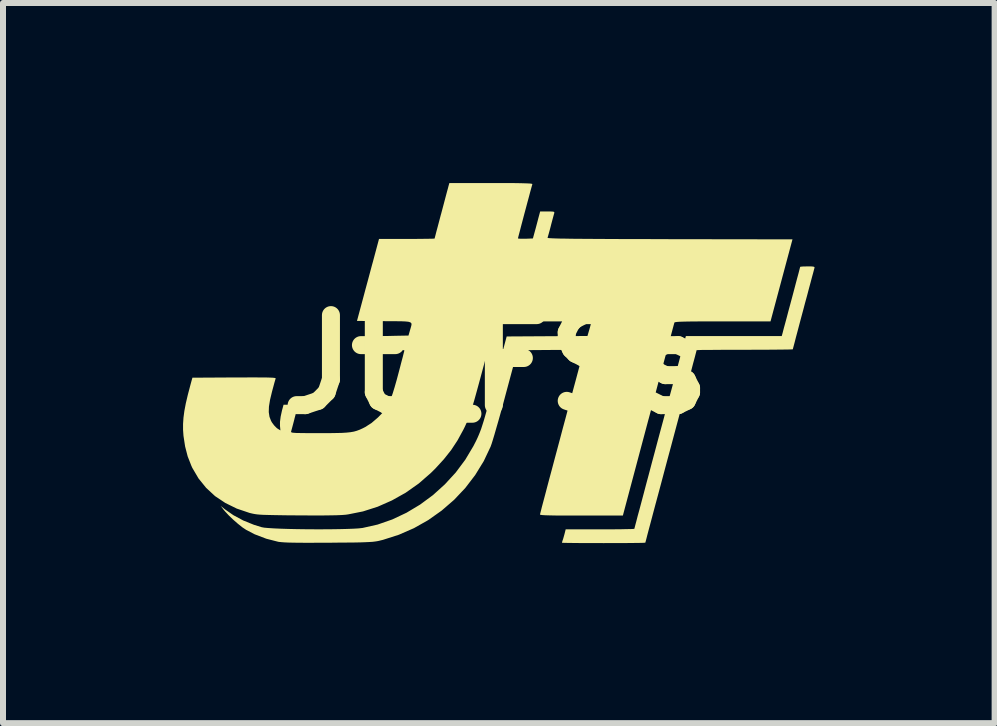
<source format=kicad_pcb>
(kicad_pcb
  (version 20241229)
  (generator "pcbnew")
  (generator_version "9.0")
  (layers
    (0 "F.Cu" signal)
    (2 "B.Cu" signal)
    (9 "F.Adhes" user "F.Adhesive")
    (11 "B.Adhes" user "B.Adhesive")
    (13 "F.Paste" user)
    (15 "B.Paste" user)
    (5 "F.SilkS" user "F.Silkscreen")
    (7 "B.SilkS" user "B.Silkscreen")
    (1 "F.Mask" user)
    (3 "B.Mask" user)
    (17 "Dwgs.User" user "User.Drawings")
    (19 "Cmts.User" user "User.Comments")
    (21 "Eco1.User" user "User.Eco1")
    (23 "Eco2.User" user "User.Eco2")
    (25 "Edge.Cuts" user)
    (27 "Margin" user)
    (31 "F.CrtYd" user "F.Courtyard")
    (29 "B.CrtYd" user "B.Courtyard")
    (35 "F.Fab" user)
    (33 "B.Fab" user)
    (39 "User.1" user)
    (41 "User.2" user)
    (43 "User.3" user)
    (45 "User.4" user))
  (footprint "Jt_FSs"
    (layer "F.Cu")
    (at 5.214 3.022)
    (property "Reference" "Jt_FSs" (at 0 0 0) (layer "F.SilkS") (effects (font (size 1.5 1.5) (thickness 0.3))))
    (attr board_only exclude_from_pos_files exclude_from_bom)
    (fp_poly (pts (xy 5.252 -1.633) (xy 5.288 -1.63) (xy 5.305 -1.623) (xy 5.308 -1.612) (xy 5.306 -1.607) (xy 5.298 -1.577) (xy 5.284 -1.524) (xy 5.264 -1.451) (xy 5.24 -1.36) (xy 5.212 -1.256) (xy 5.182 -1.142) (xy 5.149 -1.022) (xy 5.117 -0.9) (xy 5.084 -0.778) (xy 5.053 -0.661) (xy 5.024 -0.551) (xy 4.998 -0.454) (xy 4.977 -0.372) (xy 4.96 -0.308) (xy 4.949 -0.267) (xy 4.946 -0.252) (xy 4.931 -0.251) (xy 4.888 -0.249) (xy 4.821 -0.248) (xy 4.732 -0.247) (xy 4.623 -0.246) (xy 4.498 -0.245) (xy 4.359 -0.245) (xy 4.209 -0.244) (xy 4.144 -0.244) (xy 3.991 -0.244) (xy 3.847 -0.244) (xy 3.716 -0.243) (xy 3.6 -0.242) (xy 3.503 -0.242) (xy 3.426 -0.241) (xy 3.372 -0.239) (xy 3.346 -0.238) (xy 3.343 -0.238) (xy 3.339 -0.222) (xy 3.328 -0.18) (xy 3.31 -0.111) (xy 3.285 -0.019) (xy 3.255 0.096) (xy 3.219 0.23) (xy 3.178 0.382) (xy 3.134 0.55) (xy 3.085 0.733) (xy 3.033 0.928) (xy 2.978 1.133) (xy 2.921 1.347) (xy 2.916 1.366) (xy 2.858 1.581) (xy 2.803 1.787) (xy 2.751 1.983) (xy 2.702 2.166) (xy 2.656 2.336) (xy 2.615 2.49) (xy 2.579 2.626) (xy 2.548 2.742) (xy 2.523 2.836) (xy 2.505 2.907) (xy 2.493 2.952) (xy 2.488 2.97) (xy 2.488 2.97) (xy 2.473 2.971) (xy 2.431 2.973) (xy 2.364 2.974) (xy 2.276 2.975) (xy 2.17 2.976) (xy 2.048 2.976) (xy 1.913 2.976) (xy 1.794 2.977) (xy 1.651 2.976) (xy 1.519 2.976) (xy 1.399 2.976) (xy 1.295 2.975) (xy 1.21 2.974) (xy 1.147 2.973) (xy 1.109 2.972) (xy 1.099 2.971) (xy 1.103 2.954) (xy 1.113 2.922) (xy 1.114 2.922) (xy 1.127 2.878) (xy 1.142 2.824) (xy 1.145 2.812) (xy 1.161 2.748) (xy 1.733 2.748) (xy 1.862 2.747) (xy 1.98 2.747) (xy 2.086 2.746) (xy 2.174 2.744) (xy 2.242 2.743) (xy 2.287 2.741) (xy 2.305 2.739) (xy 2.305 2.739) (xy 2.309 2.724) (xy 2.32 2.681) (xy 2.338 2.614) (xy 2.361 2.524) (xy 2.391 2.415) (xy 2.425 2.287) (xy 2.463 2.144) (xy 2.504 1.988) (xy 2.549 1.821) (xy 2.595 1.646) (xy 2.644 1.464) (xy 2.693 1.279) (xy 2.743 1.093) (xy 2.793 0.908) (xy 2.841 0.726) (xy 2.888 0.549) (xy 2.934 0.381) (xy 2.976 0.223) (xy 3.015 0.077) (xy 3.05 -0.053) (xy 3.08 -0.166) (xy 3.105 -0.259) (xy 3.124 -0.33) (xy 3.137 -0.377) (xy 3.139 -0.385) (xy 3.164 -0.473) (xy 3.963 -0.473) (xy 4.761 -0.473) (xy 4.777 -0.53) (xy 4.784 -0.558) (xy 4.798 -0.612) (xy 4.819 -0.688) (xy 4.844 -0.781) (xy 4.872 -0.888) (xy 4.904 -1.006) (xy 4.93 -1.103) (xy 4.962 -1.223) (xy 4.991 -1.334) (xy 5.017 -1.432) (xy 5.039 -1.513) (xy 5.055 -1.575) (xy 5.065 -1.614) (xy 5.068 -1.626) (xy 5.082 -1.629) (xy 5.119 -1.632) (xy 5.173 -1.633) (xy 5.191 -1.633)) (stroke (width 0) (type solid)) (fill yes) (layer "F.SilkS"))
    (fp_poly (pts (xy 0.088 -3.022) (xy 0.229 -3.022) (xy 0.343 -3.021) (xy 0.434 -3.019) (xy 0.503 -3.017) (xy 0.553 -3.015) (xy 0.585 -3.012) (xy 0.602 -3.008) (xy 0.606 -3.003) (xy 0.606 -3.003) (xy 0.6 -2.983) (xy 0.588 -2.939) (xy 0.57 -2.874) (xy 0.549 -2.794) (xy 0.524 -2.702) (xy 0.498 -2.604) (xy 0.471 -2.504) (xy 0.445 -2.405) (xy 0.421 -2.314) (xy 0.4 -2.233) (xy 0.383 -2.168) (xy 0.371 -2.122) (xy 0.366 -2.101) (xy 0.366 -2.1) (xy 0.38 -2.096) (xy 0.418 -2.094) (xy 0.471 -2.094) (xy 0.491 -2.094) (xy 0.615 -2.099) (xy 0.642 -2.198) (xy 0.66 -2.263) (xy 0.681 -2.342) (xy 0.701 -2.418) (xy 0.702 -2.423) (xy 0.736 -2.549) (xy 0.858 -2.549) (xy 0.918 -2.548) (xy 0.954 -2.546) (xy 0.97 -2.539) (xy 0.972 -2.528) (xy 0.971 -2.522) (xy 0.964 -2.498) (xy 0.951 -2.45) (xy 0.934 -2.387) (xy 0.915 -2.315) (xy 0.915 -2.313) (xy 0.896 -2.241) (xy 0.879 -2.179) (xy 0.866 -2.134) (xy 0.859 -2.111) (xy 0.859 -2.111) (xy 0.863 -2.108) (xy 0.877 -2.105) (xy 0.903 -2.103) (xy 0.943 -2.101) (xy 0.997 -2.099) (xy 1.067 -2.097) (xy 1.155 -2.096) (xy 1.261 -2.094) (xy 1.387 -2.093) (xy 1.534 -2.092) (xy 1.705 -2.091) (xy 1.899 -2.09) (xy 2.118 -2.089) (xy 2.365 -2.089) (xy 2.639 -2.088) (xy 2.896 -2.087) (xy 4.94 -2.084) (xy 4.757 -1.401) (xy 4.574 -0.717) (xy 3.777 -0.717) (xy 3.593 -0.717) (xy 3.437 -0.717) (xy 3.308 -0.716) (xy 3.203 -0.715) (xy 3.12 -0.713) (xy 3.058 -0.711) (xy 3.015 -0.708) (xy 2.988 -0.704) (xy 2.975 -0.7) (xy 2.973 -0.698) (xy 2.968 -0.681) (xy 2.956 -0.637) (xy 2.937 -0.566) (xy 2.912 -0.472) (xy 2.881 -0.357) (xy 2.845 -0.221) (xy 2.804 -0.068) (xy 2.758 0.102) (xy 2.709 0.286) (xy 2.657 0.482) (xy 2.602 0.688) (xy 2.545 0.902) (xy 2.54 0.919) (xy 2.114 2.518) (xy 1.423 2.518) (xy 1.249 2.518) (xy 1.104 2.518) (xy 0.985 2.517) (xy 0.891 2.515) (xy 0.821 2.513) (xy 0.773 2.51) (xy 0.744 2.506) (xy 0.733 2.502) (xy 0.733 2.501) (xy 0.737 2.484) (xy 0.748 2.441) (xy 0.765 2.373) (xy 0.789 2.283) (xy 0.818 2.174) (xy 0.851 2.048) (xy 0.888 1.908) (xy 0.929 1.756) (xy 0.972 1.594) (xy 1.017 1.426) (xy 1.063 1.254) (xy 1.109 1.08) (xy 1.156 0.906) (xy 1.201 0.737) (xy 1.245 0.573) (xy 1.287 0.417) (xy 1.326 0.273) (xy 1.361 0.142) (xy 1.392 0.026) (xy 1.418 -0.07) (xy 1.439 -0.146) (xy 1.453 -0.198) (xy 1.461 -0.223) (xy 1.461 -0.225) (xy 1.458 -0.231) (xy 1.441 -0.235) (xy 1.408 -0.238) (xy 1.357 -0.24) (xy 1.286 -0.241) (xy 1.191 -0.242) (xy 1.071 -0.242) (xy 0.923 -0.241) (xy 0.914 -0.241) (xy 0.359 -0.237) (xy 0.16 0.504) (xy 0.12 0.654) (xy 0.08 0.798) (xy 0.042 0.934) (xy 0.006 1.058) (xy -0.025 1.166) (xy -0.052 1.256) (xy -0.073 1.323) (xy -0.088 1.364) (xy -0.088 1.366) (xy -0.204 1.611) (xy -0.346 1.842) (xy -0.511 2.058) (xy -0.698 2.256) (xy -0.905 2.435) (xy -1.128 2.593) (xy -1.367 2.728) (xy -1.619 2.838) (xy -1.881 2.922) (xy -1.954 2.94) (xy -1.985 2.946) (xy -2.02 2.951) (xy -2.062 2.956) (xy -2.114 2.959) (xy -2.179 2.962) (xy -2.261 2.965) (xy -2.361 2.967) (xy -2.483 2.968) (xy -2.63 2.969) (xy -2.793 2.971) (xy -2.977 2.971) (xy -3.132 2.972) (xy -3.262 2.971) (xy -3.368 2.97) (xy -3.455 2.968) (xy -3.523 2.965) (xy -3.575 2.961) (xy -3.615 2.957) (xy -3.628 2.955) (xy -3.827 2.904) (xy -4.021 2.83) (xy -4.163 2.756) (xy -4.226 2.714) (xy -4.301 2.654) (xy -4.379 2.586) (xy -4.453 2.515) (xy -4.515 2.448) (xy -4.537 2.422) (xy -4.586 2.358) (xy -4.518 2.413) (xy -4.375 2.512) (xy -4.211 2.6) (xy -4.033 2.672) (xy -3.904 2.712) (xy -3.86 2.72) (xy -3.79 2.726) (xy -3.697 2.732) (xy -3.585 2.737) (xy -3.458 2.741) (xy -3.32 2.744) (xy -3.175 2.746) (xy -3.027 2.747) (xy -2.88 2.747) (xy -2.737 2.746) (xy -2.603 2.744) (xy -2.481 2.741) (xy -2.375 2.737) (xy -2.29 2.732) (xy -2.228 2.725) (xy -2.221 2.724) (xy -1.972 2.668) (xy -1.728 2.583) (xy -1.491 2.471) (xy -1.264 2.335) (xy -1.05 2.177) (xy -0.852 1.998) (xy -0.671 1.801) (xy -0.512 1.588) (xy -0.376 1.36) (xy -0.352 1.313) (xy -0.327 1.264) (xy -0.306 1.219) (xy -0.286 1.173) (xy -0.267 1.126) (xy -0.247 1.073) (xy -0.227 1.011) (xy -0.204 0.939) (xy -0.179 0.852) (xy -0.15 0.749) (xy -0.116 0.625) (xy -0.076 0.479) (xy -0.03 0.306) (xy -0.016 0.256) (xy 0.178 -0.466) (xy 0.851 -0.47) (xy 1.524 -0.474) (xy 1.547 -0.553) (xy 1.563 -0.608) (xy 1.576 -0.656) (xy 1.581 -0.675) (xy 1.591 -0.717) (xy 0.796 -0.717) (xy 0.642 -0.717) (xy 0.497 -0.716) (xy 0.365 -0.715) (xy 0.249 -0.714) (xy 0.151 -0.712) (xy 0.075 -0.71) (xy 0.022 -0.707) (xy -0.004 -0.705) (xy -0.006 -0.704) (xy -0.012 -0.687) (xy -0.025 -0.643) (xy -0.043 -0.576) (xy -0.068 -0.488) (xy -0.097 -0.382) (xy -0.129 -0.261) (xy -0.165 -0.128) (xy -0.203 0.014) (xy -0.206 0.025) (xy -0.255 0.207) (xy -0.297 0.362) (xy -0.333 0.493) (xy -0.364 0.604) (xy -0.392 0.697) (xy -0.416 0.776) (xy -0.439 0.843) (xy -0.46 0.901) (xy -0.481 0.953) (xy -0.503 1.003) (xy -0.526 1.052) (xy -0.544 1.088) (xy -0.64 1.264) (xy -0.746 1.425) (xy -0.868 1.579) (xy -1.01 1.734) (xy -1.086 1.809) (xy -1.287 1.984) (xy -1.504 2.137) (xy -1.734 2.266) (xy -1.972 2.371) (xy -2.216 2.449) (xy -2.461 2.498) (xy -2.503 2.504) (xy -2.568 2.509) (xy -2.663 2.513) (xy -2.788 2.515) (xy -2.943 2.517) (xy -3.128 2.516) (xy -3.312 2.515) (xy -3.473 2.514) (xy -3.606 2.512) (xy -3.716 2.51) (xy -3.804 2.508) (xy -3.875 2.506) (xy -3.931 2.503) (xy -3.976 2.499) (xy -4.013 2.494) (xy -4.046 2.488) (xy -4.077 2.481) (xy -4.106 2.474) (xy -4.319 2.402) (xy -4.51 2.308) (xy -4.681 2.194) (xy -4.829 2.057) (xy -4.956 1.9) (xy -5.06 1.723) (xy -5.076 1.688) (xy -5.137 1.532) (xy -5.18 1.366) (xy -5.207 1.189) (xy -5.214 1.09) (xy -5.214 0.991) (xy -5.207 0.887) (xy -5.192 0.774) (xy -5.168 0.648) (xy -5.134 0.504) (xy -5.09 0.337) (xy -5.071 0.267) (xy -5.058 0.221) (xy -4.361 0.217) (xy -4.192 0.217) (xy -4.05 0.216) (xy -3.935 0.217) (xy -3.844 0.217) (xy -3.775 0.219) (xy -3.725 0.221) (xy -3.693 0.224) (xy -3.675 0.228) (xy -3.671 0.232) (xy -3.671 0.233) (xy -3.677 0.254) (xy -3.69 0.298) (xy -3.707 0.361) (xy -3.727 0.435) (xy -3.733 0.458) (xy -3.765 0.591) (xy -3.783 0.702) (xy -3.786 0.794) (xy -3.774 0.872) (xy -3.748 0.94) (xy -3.732 0.968) (xy -3.697 1.015) (xy -3.658 1.055) (xy -3.639 1.07) (xy -3.592 1.099) (xy -3.599 1.025) (xy -3.599 0.956) (xy -3.588 0.87) (xy -3.565 0.764) (xy -3.555 0.729) (xy -3.54 0.672) (xy -3.418 0.672) (xy -3.357 0.672) (xy -3.321 0.675) (xy -3.304 0.682) (xy -3.301 0.693) (xy -3.303 0.698) (xy -3.309 0.723) (xy -3.322 0.77) (xy -3.339 0.834) (xy -3.358 0.906) (xy -3.358 0.908) (xy -3.377 0.981) (xy -3.394 1.045) (xy -3.407 1.093) (xy -3.414 1.118) (xy -3.414 1.118) (xy -3.414 1.126) (xy -3.409 1.131) (xy -3.395 1.136) (xy -3.369 1.139) (xy -3.328 1.142) (xy -3.269 1.143) (xy -3.189 1.144) (xy -3.085 1.145) (xy -2.954 1.145) (xy -2.943 1.145) (xy -2.794 1.145) (xy -2.671 1.143) (xy -2.572 1.141) (xy -2.49 1.136) (xy -2.424 1.129) (xy -2.367 1.119) (xy -2.318 1.105) (xy -2.27 1.087) (xy -2.222 1.065) (xy -2.177 1.042) (xy -2.074 0.976) (xy -1.968 0.885) (xy -1.953 0.87) (xy -1.901 0.817) (xy -1.858 0.765) (xy -1.82 0.709) (xy -1.786 0.647) (xy -1.754 0.574) (xy -1.722 0.486) (xy -1.689 0.379) (xy -1.652 0.249) (xy -1.626 0.151) (xy -1.599 0.049) (xy -1.575 -0.044) (xy -1.554 -0.122) (xy -1.539 -0.183) (xy -1.529 -0.222) (xy -1.526 -0.234) (xy -1.541 -0.238) (xy -1.58 -0.241) (xy -1.639 -0.243) (xy -1.712 -0.244) (xy -1.734 -0.244) (xy -1.942 -0.244) (xy -1.933 -0.279) (xy -1.924 -0.313) (xy -1.913 -0.363) (xy -1.906 -0.393) (xy -1.888 -0.472) (xy -1.673 -0.477) (xy -1.458 -0.481) (xy -1.432 -0.572) (xy -1.42 -0.613) (xy -1.411 -0.646) (xy -1.407 -0.671) (xy -1.412 -0.689) (xy -1.429 -0.702) (xy -1.46 -0.711) (xy -1.508 -0.716) (xy -1.576 -0.719) (xy -1.668 -0.72) (xy -1.786 -0.72) (xy -1.86 -0.721) (xy -2.316 -0.725) (xy -2.236 -1.023) (xy -2.208 -1.127) (xy -2.175 -1.251) (xy -2.138 -1.387) (xy -2.101 -1.525) (xy -2.066 -1.656) (xy -2.052 -1.706) (xy -1.949 -2.091) (xy -1.486 -2.091) (xy -1.37 -2.091) (xy -1.265 -2.092) (xy -1.175 -2.093) (xy -1.102 -2.094) (xy -1.051 -2.095) (xy -1.025 -2.097) (xy -1.023 -2.098) (xy -1.019 -2.113) (xy -1.008 -2.155) (xy -0.992 -2.218) (xy -0.97 -2.299) (xy -0.945 -2.394) (xy -0.917 -2.5) (xy -0.915 -2.506) (xy -0.886 -2.615) (xy -0.859 -2.717) (xy -0.835 -2.808) (xy -0.815 -2.883) (xy -0.8 -2.937) (xy -0.793 -2.965) (xy -0.777 -3.022) (xy -0.082 -3.022)) (stroke (width 0) (type solid)) (fill yes) (layer "F.SilkS")))
  (gr_rect
    (start -3 -3)
    (end 13.522 8.999)
    (stroke (width 0.1) (type default))
    (fill no)
    (layer "Edge.Cuts")))
</source>
